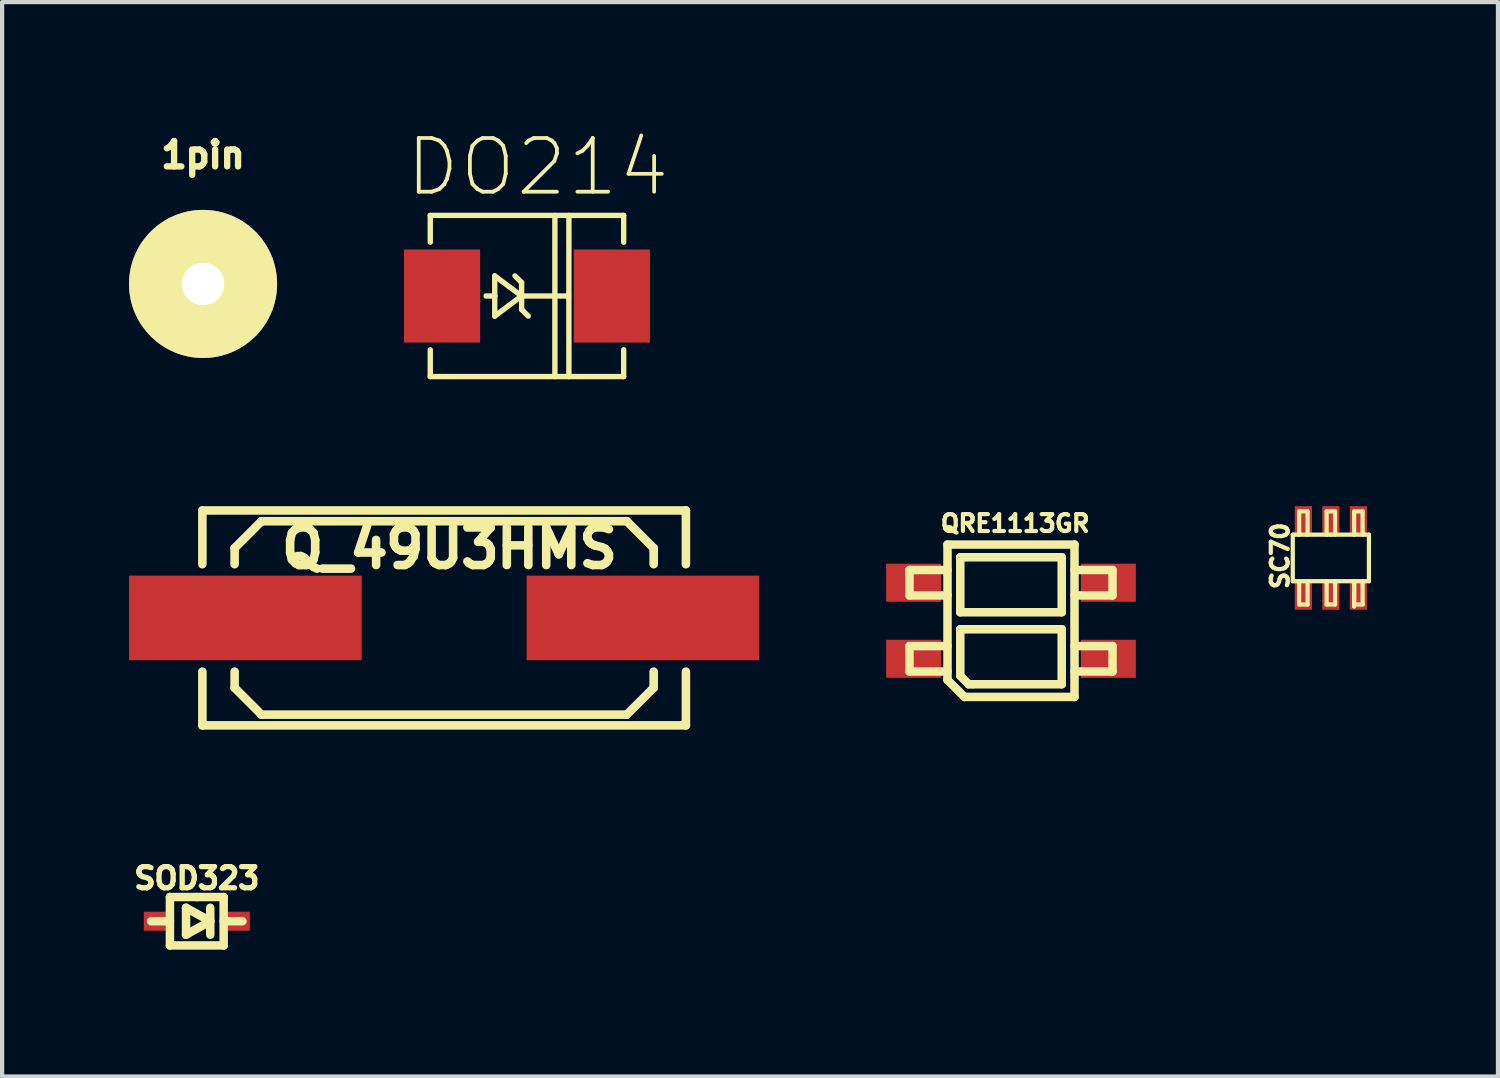
<source format=kicad_pcb>
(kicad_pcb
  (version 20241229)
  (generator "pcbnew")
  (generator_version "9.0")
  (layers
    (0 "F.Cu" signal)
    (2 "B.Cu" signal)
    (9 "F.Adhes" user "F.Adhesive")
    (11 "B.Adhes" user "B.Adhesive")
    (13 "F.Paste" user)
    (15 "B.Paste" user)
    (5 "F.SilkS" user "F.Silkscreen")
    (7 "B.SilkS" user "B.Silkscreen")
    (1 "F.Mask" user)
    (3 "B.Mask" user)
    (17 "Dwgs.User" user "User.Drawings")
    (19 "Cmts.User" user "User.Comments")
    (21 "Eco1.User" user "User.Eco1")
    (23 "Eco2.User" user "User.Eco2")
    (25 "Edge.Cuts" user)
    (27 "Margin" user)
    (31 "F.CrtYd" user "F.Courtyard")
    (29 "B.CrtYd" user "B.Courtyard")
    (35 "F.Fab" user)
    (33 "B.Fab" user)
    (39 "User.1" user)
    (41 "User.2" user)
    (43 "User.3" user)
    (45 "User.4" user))
  (footprint "SOD323"
    (layer "F.Cu")
    (at 1.602 18.727)
    (property "Reference" "SOD323" (at 0 -1.016 0) (layer "F.SilkS") (effects (font (size 0.5 0.5) (thickness 0.125))))
    (attr through_hole)
    (fp_line (start -0.635 -0.572) (end 0 -0.572) (stroke (width 0.201) (type solid)) (layer "F.SilkS"))
    (fp_line (start -0.635 0) (end -1.079 0) (stroke (width 0.201) (type solid)) (layer "F.SilkS"))
    (fp_line (start -0.635 0.572) (end -0.635 -0.572) (stroke (width 0.201) (type solid)) (layer "F.SilkS"))
    (fp_line (start -0.254 -0.318) (end -0.254 0.318) (stroke (width 0.201) (type solid)) (layer "F.SilkS"))
    (fp_line (start -0.254 0.318) (end 0.318 0) (stroke (width 0.201) (type solid)) (layer "F.SilkS"))
    (fp_line (start 0 -0.572) (end 0.635 -0.572) (stroke (width 0.201) (type solid)) (layer "F.SilkS"))
    (fp_line (start 0.318 -0.318) (end 0.318 0.318) (stroke (width 0.201) (type solid)) (layer "F.SilkS"))
    (fp_line (start 0.318 0) (end -0.254 -0.318) (stroke (width 0.201) (type solid)) (layer "F.SilkS"))
    (fp_line (start 0.635 -0.572) (end 0.635 0.572) (stroke (width 0.201) (type solid)) (layer "F.SilkS"))
    (fp_line (start 0.635 0) (end 1.079 0) (stroke (width 0.201) (type solid)) (layer "F.SilkS"))
    (fp_line (start 0.635 0.572) (end -0.635 0.572) (stroke (width 0.201) (type solid)) (layer "F.SilkS"))
    (pad "1" smd rect (at -0.953 0) (size 0.6 0.45) (layers "F.Cu" "F.Mask" "F.Paste"))
    (pad "2" smd rect (at 0.953 0) (size 0.6 0.45) (layers "F.Cu" "F.Mask" "F.Paste")))
  (footprint "SC70"
    (layer "F.Cu")
    (at 28.41 10.139)
    (property "Reference" "SC70" (at -1.2 -0.05 90) (layer "F.SilkS") (effects (font (size 0.4 0.4) (thickness 0.1))))
    (attr through_hole)
    (fp_line (start -0.9 -0.55) (end 0 -0.55) (stroke (width 0.1) (type solid)) (layer "F.SilkS"))
    (fp_line (start -0.9 0.55) (end -0.9 -0.55) (stroke (width 0.1) (type solid)) (layer "F.SilkS"))
    (fp_line (start -0.75 -1.1) (end -0.55 -1.1) (stroke (width 0.1) (type solid)) (layer "F.SilkS"))
    (fp_line (start -0.75 -0.55) (end -0.75 -1.1) (stroke (width 0.1) (type solid)) (layer "F.SilkS"))
    (fp_line (start -0.75 1.1) (end -0.75 0.55) (stroke (width 0.1) (type solid)) (layer "F.SilkS"))
    (fp_line (start -0.55 -1.1) (end -0.55 -0.55) (stroke (width 0.1) (type solid)) (layer "F.SilkS"))
    (fp_line (start -0.55 0.55) (end -0.55 1.1) (stroke (width 0.1) (type solid)) (layer "F.SilkS"))
    (fp_line (start -0.55 1.1) (end -0.75 1.1) (stroke (width 0.1) (type solid)) (layer "F.SilkS"))
    (fp_line (start -0.1 -1.1) (end 0.1 -1.1) (stroke (width 0.1) (type solid)) (layer "F.SilkS"))
    (fp_line (start -0.1 -0.55) (end -0.1 -1.1) (stroke (width 0.1) (type solid)) (layer "F.SilkS"))
    (fp_line (start -0.1 1.1) (end -0.1 0.55) (stroke (width 0.1) (type solid)) (layer "F.SilkS"))
    (fp_line (start 0 -0.55) (end 0.9 -0.55) (stroke (width 0.1) (type solid)) (layer "F.SilkS"))
    (fp_line (start 0.1 -1.1) (end 0.1 -0.55) (stroke (width 0.1) (type solid)) (layer "F.SilkS"))
    (fp_line (start 0.1 0.55) (end 0.1 1.1) (stroke (width 0.1) (type solid)) (layer "F.SilkS"))
    (fp_line (start 0.1 1.1) (end -0.1 1.1) (stroke (width 0.1) (type solid)) (layer "F.SilkS"))
    (fp_line (start 0.55 -1.1) (end 0.75 -1.1) (stroke (width 0.1) (type solid)) (layer "F.SilkS"))
    (fp_line (start 0.55 -0.55) (end 0.55 -1.1) (stroke (width 0.1) (type solid)) (layer "F.SilkS"))
    (fp_line (start 0.55 0.55) (end 0.55 1.1) (stroke (width 0.1) (type solid)) (layer "F.SilkS"))
    (fp_line (start 0.55 0.55) (end 0.55 1.15) (stroke (width 0.1) (type solid)) (layer "F.SilkS"))
    (fp_line (start 0.55 1.1) (end 0.75 1.1) (stroke (width 0.1) (type solid)) (layer "F.SilkS"))
    (fp_line (start 0.75 -1.1) (end 0.75 -0.55) (stroke (width 0.1) (type solid)) (layer "F.SilkS"))
    (fp_line (start 0.75 1.1) (end 0.75 0.55) (stroke (width 0.1) (type solid)) (layer "F.SilkS"))
    (fp_line (start 0.9 -0.55) (end 0.9 0.55) (stroke (width 0.1) (type solid)) (layer "F.SilkS"))
    (fp_line (start 0.9 0.55) (end -0.9 0.55) (stroke (width 0.1) (type solid)) (layer "F.SilkS"))
    (pad "1" smd rect (at -0.65 0.9) (size 0.406 0.648) (layers "F.Cu" "F.Mask" "F.Paste"))
    (pad "2" smd rect (at 0 0.9) (size 0.406 0.648) (layers "F.Cu" "F.Mask" "F.Paste"))
    (pad "3" smd rect (at 0.65 0.9) (size 0.406 0.648) (layers "F.Cu" "F.Mask" "F.Paste"))
    (pad "4" smd rect (at 0.65 -0.9) (size 0.406 0.648) (layers "F.Cu" "F.Mask" "F.Paste"))
    (pad "5" smd rect (at 0 -0.9) (size 0.406 0.648) (layers "F.Cu" "F.Mask" "F.Paste"))
    (pad "6" smd rect (at -0.65 -0.9) (size 0.406 0.648) (layers "F.Cu" "F.Mask" "F.Paste")))
  (footprint "1pin"
    (layer "F.Cu")
    (at 1.75 3.662)
    (property "Reference" "1pin" (at 0 -3.048 0) (layer "F.SilkS") (effects (font (size 0.599 0.599) (thickness 0.15))))
    (attr through_hole)
    (pad "1" thru_hole circle (at 0 0) (size 3.5 3.5) (drill 1.001) (layers "*.Cu" "*.Mask" "F.SilkS")))
  (footprint "Q_49U3HMS"
    (layer "F.Cu")
    (at 7.449 11.557)
    (property "Reference" "Q_49U3HMS" (at 0.127 -1.651 0) (layer "F.SilkS") (effects (font (size 0.889 0.889) (thickness 0.203))))
    (attr through_hole)
    (fp_line (start -5.715 -2.54) (end -5.715 -1.27) (stroke (width 0.203) (type solid)) (layer "F.SilkS"))
    (fp_line (start -5.715 -2.54) (end 5.715 -2.54) (stroke (width 0.203) (type solid)) (layer "F.SilkS"))
    (fp_line (start -5.715 2.54) (end -5.715 1.27) (stroke (width 0.203) (type solid)) (layer "F.SilkS"))
    (fp_line (start -4.953 -1.651) (end -4.953 -1.27) (stroke (width 0.203) (type solid)) (layer "F.SilkS"))
    (fp_line (start -4.953 1.651) (end -4.953 1.27) (stroke (width 0.203) (type solid)) (layer "F.SilkS"))
    (fp_line (start -4.953 1.651) (end -4.318 2.286) (stroke (width 0.203) (type solid)) (layer "F.SilkS"))
    (fp_line (start -4.318 -2.286) (end -4.953 -1.651) (stroke (width 0.203) (type solid)) (layer "F.SilkS"))
    (fp_line (start -4.318 2.286) (end 4.318 2.286) (stroke (width 0.203) (type solid)) (layer "F.SilkS"))
    (fp_line (start 4.318 -2.286) (end -4.318 -2.286) (stroke (width 0.203) (type solid)) (layer "F.SilkS"))
    (fp_line (start 4.318 2.286) (end 4.953 1.651) (stroke (width 0.203) (type solid)) (layer "F.SilkS"))
    (fp_line (start 4.953 -1.651) (end 4.318 -2.286) (stroke (width 0.203) (type solid)) (layer "F.SilkS"))
    (fp_line (start 4.953 -1.651) (end 4.953 -1.27) (stroke (width 0.203) (type solid)) (layer "F.SilkS"))
    (fp_line (start 4.953 1.651) (end 4.953 1.27) (stroke (width 0.203) (type solid)) (layer "F.SilkS"))
    (fp_line (start 5.715 -2.54) (end 5.715 -1.27) (stroke (width 0.203) (type solid)) (layer "F.SilkS"))
    (fp_line (start 5.715 2.54) (end -5.715 2.54) (stroke (width 0.203) (type solid)) (layer "F.SilkS"))
    (fp_line (start 5.715 2.54) (end 5.715 1.27) (stroke (width 0.203) (type solid)) (layer "F.SilkS"))
    (pad "1" smd rect (at -4.699 0) (size 5.499 1.999) (layers "F.Cu" "F.Mask" "F.Paste"))
    (pad "2" smd rect (at 4.699 0) (size 5.499 1.999) (layers "F.Cu" "F.Mask" "F.Paste")))
  (footprint "QRE1113GR"
    (layer "F.Cu")
    (at 20.849 11.624)
    (property "Reference" "QRE1113GR" (at 0.099 -2.301 0) (layer "F.SilkS") (effects (font (size 0.399 0.399) (thickness 0.099))))
    (attr through_hole)
    (fp_line (start -2.4 -1.199) (end -2.4 -0.599) (stroke (width 0.201) (type solid)) (layer "F.SilkS"))
    (fp_line (start -2.4 -0.599) (end -1.501 -0.599) (stroke (width 0.201) (type solid)) (layer "F.SilkS"))
    (fp_line (start -2.4 0.599) (end -2.4 1.199) (stroke (width 0.201) (type solid)) (layer "F.SilkS"))
    (fp_line (start -2.4 1.199) (end -1.501 1.199) (stroke (width 0.201) (type solid)) (layer "F.SilkS"))
    (fp_line (start -1.501 -1.801) (end 1.501 -1.801) (stroke (width 0.201) (type solid)) (layer "F.SilkS"))
    (fp_line (start -1.501 -1.199) (end -2.4 -1.199) (stroke (width 0.201) (type solid)) (layer "F.SilkS"))
    (fp_line (start -1.501 0.599) (end -2.4 0.599) (stroke (width 0.201) (type solid)) (layer "F.SilkS"))
    (fp_line (start -1.501 1.4) (end -1.501 -1.801) (stroke (width 0.201) (type solid)) (layer "F.SilkS"))
    (fp_line (start -1.501 1.4) (end -1.1 1.801) (stroke (width 0.201) (type solid)) (layer "F.SilkS"))
    (fp_line (start -1.199 -1.501) (end 1.199 -1.501) (stroke (width 0.201) (type solid)) (layer "F.SilkS"))
    (fp_line (start -1.199 -0.201) (end -1.199 -1.501) (stroke (width 0.201) (type solid)) (layer "F.SilkS"))
    (fp_line (start -1.199 0.201) (end 1.199 0.201) (stroke (width 0.201) (type solid)) (layer "F.SilkS"))
    (fp_line (start -1.199 1.3) (end -1.199 0.201) (stroke (width 0.201) (type solid)) (layer "F.SilkS"))
    (fp_line (start -1.1 1.801) (end 1.501 1.801) (stroke (width 0.201) (type solid)) (layer "F.SilkS"))
    (fp_line (start -1.001 1.501) (end -1.199 1.3) (stroke (width 0.201) (type solid)) (layer "F.SilkS"))
    (fp_line (start -0.899 1.501) (end -1.001 1.501) (stroke (width 0.201) (type solid)) (layer "F.SilkS"))
    (fp_line (start 1.199 -1.501) (end 1.199 -0.201) (stroke (width 0.201) (type solid)) (layer "F.SilkS"))
    (fp_line (start 1.199 -0.201) (end -1.199 -0.201) (stroke (width 0.201) (type solid)) (layer "F.SilkS"))
    (fp_line (start 1.199 0.201) (end 1.199 1.501) (stroke (width 0.201) (type solid)) (layer "F.SilkS"))
    (fp_line (start 1.199 1.501) (end -0.899 1.501) (stroke (width 0.201) (type solid)) (layer "F.SilkS"))
    (fp_line (start 1.501 -1.801) (end 1.501 1.801) (stroke (width 0.201) (type solid)) (layer "F.SilkS"))
    (fp_line (start 1.501 -1.199) (end 2.4 -1.199) (stroke (width 0.201) (type solid)) (layer "F.SilkS"))
    (fp_line (start 1.501 0.599) (end 2.4 0.599) (stroke (width 0.201) (type solid)) (layer "F.SilkS"))
    (fp_line (start 2.4 -1.199) (end 2.4 -0.599) (stroke (width 0.201) (type solid)) (layer "F.SilkS"))
    (fp_line (start 2.4 -0.599) (end 1.501 -0.599) (stroke (width 0.201) (type solid)) (layer "F.SilkS"))
    (fp_line (start 2.4 0.599) (end 2.4 1.199) (stroke (width 0.201) (type solid)) (layer "F.SilkS"))
    (fp_line (start 2.4 1.199) (end 1.501 1.199) (stroke (width 0.201) (type solid)) (layer "F.SilkS"))
    (pad "1" smd rect (at -2.301 0.899) (size 1.3 0.899) (layers "F.Cu" "F.Mask" "F.Paste"))
    (pad "2" smd rect (at 2.301 0.899) (size 1.3 0.899) (layers "F.Cu" "F.Mask" "F.Paste"))
    (pad "3" smd rect (at 2.301 -0.899) (size 1.3 0.899) (layers "F.Cu" "F.Mask" "F.Paste"))
    (pad "4" smd rect (at -2.301 -0.899) (size 1.3 0.899) (layers "F.Cu" "F.Mask" "F.Paste")))
  (footprint "DO214"
    (layer "F.Cu")
    (at 9.407 3.947)
    (property "Reference" "DO214" (at 0.254 -3.048 0) (layer "F.SilkS") (effects (font (size 1.27 1.27) (thickness 0.089))))
    (attr smd)
    (fp_line (start -2.286 -1.905) (end 2.286 -1.905) (stroke (width 0.127) (type solid)) (layer "F.SilkS"))
    (fp_line (start -2.286 -1.27) (end -2.286 -1.905) (stroke (width 0.127) (type solid)) (layer "F.SilkS"))
    (fp_line (start -2.286 1.27) (end -2.286 1.905) (stroke (width 0.127) (type solid)) (layer "F.SilkS"))
    (fp_line (start -2.286 1.905) (end 2.286 1.905) (stroke (width 0.127) (type solid)) (layer "F.SilkS"))
    (fp_line (start -0.762 -0.475) (end -0.762 0) (stroke (width 0.127) (type solid)) (layer "F.SilkS"))
    (fp_line (start -0.762 0) (end -0.965 0) (stroke (width 0.127) (type solid)) (layer "F.SilkS"))
    (fp_line (start -0.762 0) (end -0.762 0.475) (stroke (width 0.127) (type solid)) (layer "F.SilkS"))
    (fp_line (start -0.762 0.475) (end -0.127 0) (stroke (width 0.127) (type solid)) (layer "F.SilkS"))
    (fp_line (start -0.127 -0.318) (end -0.284 -0.475) (stroke (width 0.127) (type solid)) (layer "F.SilkS"))
    (fp_line (start -0.127 0) (end -0.762 -0.475) (stroke (width 0.127) (type solid)) (layer "F.SilkS"))
    (fp_line (start -0.127 0) (end -0.127 -0.318) (stroke (width 0.127) (type solid)) (layer "F.SilkS"))
    (fp_line (start -0.127 0) (end -0.127 0.318) (stroke (width 0.127) (type solid)) (layer "F.SilkS"))
    (fp_line (start -0.127 0) (end 0.983 0) (stroke (width 0.127) (type solid)) (layer "F.SilkS"))
    (fp_line (start -0.127 0.318) (end 0.03 0.475) (stroke (width 0.127) (type solid)) (layer "F.SilkS"))
    (fp_line (start 0.66 1.905) (end 0.66 -1.905) (stroke (width 0.127) (type solid)) (layer "F.SilkS"))
    (fp_line (start 0.991 1.905) (end 0.991 -1.905) (stroke (width 0.127) (type solid)) (layer "F.SilkS"))
    (fp_line (start 2.286 -1.905) (end 2.286 -1.27) (stroke (width 0.127) (type solid)) (layer "F.SilkS"))
    (fp_line (start 2.286 1.905) (end 2.286 1.27) (stroke (width 0.127) (type solid)) (layer "F.SilkS"))
    (pad "1" smd rect (at -2.007 0) (size 1.801 2.2) (layers "F.Cu" "F.Mask" "F.Paste"))
    (pad "2" smd rect (at 2.007 0) (size 1.801 2.2) (layers "F.Cu" "F.Mask" "F.Paste")))
  (gr_rect
    (start -3 -3)
    (end 32.36 22.398)
    (stroke (width 0.1) (type default))
    (fill no)
    (layer "Edge.Cuts")))
</source>
